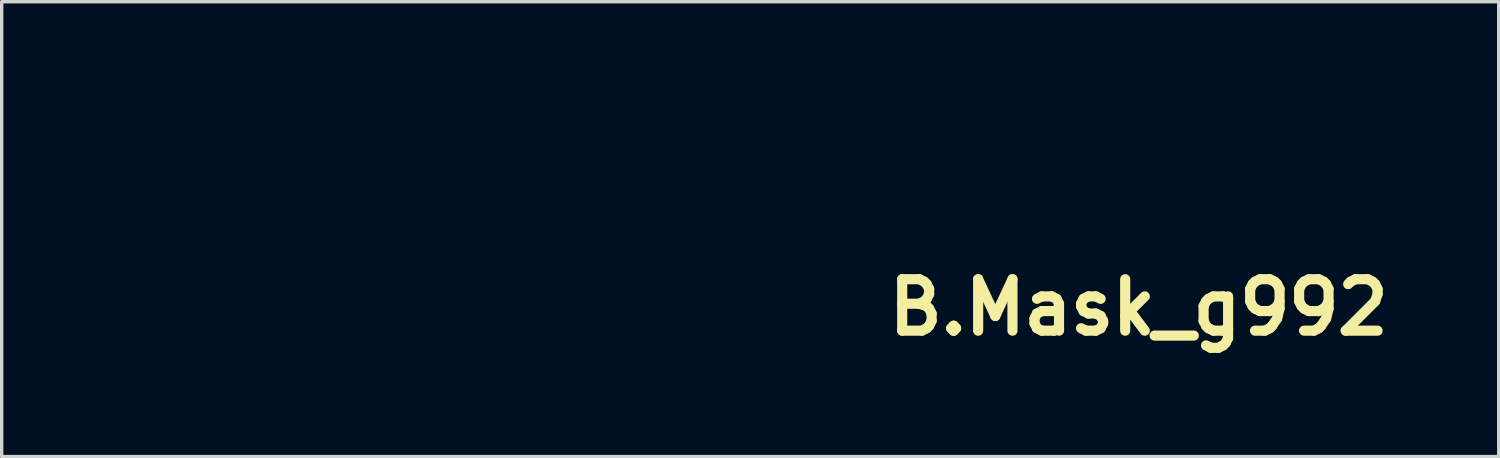
<source format=kicad_pcb>
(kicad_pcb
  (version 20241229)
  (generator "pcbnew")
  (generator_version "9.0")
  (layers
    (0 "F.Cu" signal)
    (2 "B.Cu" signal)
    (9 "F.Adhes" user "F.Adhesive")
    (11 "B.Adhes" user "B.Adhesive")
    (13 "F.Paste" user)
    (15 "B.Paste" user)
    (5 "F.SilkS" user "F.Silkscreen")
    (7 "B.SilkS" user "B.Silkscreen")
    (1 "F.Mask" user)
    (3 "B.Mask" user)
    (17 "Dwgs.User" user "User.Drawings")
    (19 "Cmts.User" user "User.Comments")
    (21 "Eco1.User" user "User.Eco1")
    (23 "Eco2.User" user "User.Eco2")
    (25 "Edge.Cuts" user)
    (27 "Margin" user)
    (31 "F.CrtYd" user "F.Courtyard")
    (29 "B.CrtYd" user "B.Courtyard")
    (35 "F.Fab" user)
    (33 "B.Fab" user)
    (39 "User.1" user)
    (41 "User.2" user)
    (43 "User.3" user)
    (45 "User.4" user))
  (footprint "B.Mask_g992"
    (layer "F.Cu")
    (at 30.673 6.054)
    (property "Reference" "B.Mask_g992" (at 0 0 0) (layer "F.SilkS") (effects (font (size 1.524 1.524) (thickness 0.3))))
    (attr through_hole)
    (fp_poly (pts (xy -27.556 -4.886) (xy -27.523 -4.851) (xy -27.522 -4.804) (xy -27.529 -4.789) (xy -27.565 -4.759) (xy -27.614 -4.745) (xy -27.657 -4.751) (xy -27.677 -4.77) (xy -27.684 -4.816) (xy -27.682 -4.851) (xy -27.667 -4.888) (xy -27.628 -4.9) (xy -27.614 -4.9) (xy -27.556 -4.886)) (stroke (width 0.01) (type solid)) (fill yes) (layer "B.Mask"))
    (fp_poly (pts (xy -27.579 -4.674) (xy -27.547 -4.654) (xy -27.528 -4.608) (xy -27.518 -4.531) (xy -27.517 -4.444) (xy -27.518 -4.356) (xy -27.522 -4.282) (xy -27.527 -4.234) (xy -27.53 -4.224) (xy -27.557 -4.201) (xy -27.605 -4.191) (xy -27.651 -4.198) (xy -27.677 -4.219) (xy -27.681 -4.251) (xy -27.683 -4.315) (xy -27.683 -4.4) (xy -27.682 -4.457) (xy -27.678 -4.553) (xy -27.674 -4.615) (xy -27.666 -4.65) (xy -27.653 -4.667) (xy -27.632 -4.673) (xy -27.627 -4.674) (xy -27.579 -4.674)) (stroke (width 0.01) (type solid)) (fill yes) (layer "B.Mask"))
    (fp_poly (pts (xy -26.505 -4.8) (xy -26.503 -4.766) (xy -26.514 -4.749) (xy -26.547 -4.742) (xy -26.613 -4.741) (xy -26.733 -4.741) (xy -26.733 -4.5) (xy -26.735 -4.4) (xy -26.738 -4.314) (xy -26.742 -4.252) (xy -26.746 -4.224) (xy -26.774 -4.202) (xy -26.822 -4.191) (xy -26.87 -4.195) (xy -26.889 -4.205) (xy -26.894 -4.231) (xy -26.899 -4.29) (xy -26.902 -4.374) (xy -26.903 -4.474) (xy -26.903 -4.479) (xy -26.903 -4.739) (xy -27.025 -4.746) (xy -27.093 -4.751) (xy -27.13 -4.76) (xy -27.144 -4.778) (xy -27.146 -4.805) (xy -27.146 -4.858) (xy -26.511 -4.858) (xy -26.505 -4.8)) (stroke (width 0.01) (type solid)) (fill yes) (layer "B.Mask"))
    (fp_poly (pts (xy -28.365 -4.673) (xy -28.315 -4.66) (xy -28.292 -4.632) (xy -28.296 -4.585) (xy -28.327 -4.513) (xy -28.371 -4.437) (xy -28.415 -4.361) (xy -28.448 -4.298) (xy -28.467 -4.257) (xy -28.469 -4.248) (xy -28.46 -4.215) (xy -28.439 -4.16) (xy -28.426 -4.13) (xy -28.401 -4.055) (xy -28.408 -4.006) (xy -28.448 -3.982) (xy -28.483 -3.979) (xy -28.521 -3.989) (xy -28.551 -4.024) (xy -28.573 -4.069) (xy -28.598 -4.126) (xy -28.635 -4.209) (xy -28.678 -4.306) (xy -28.712 -4.381) (xy -28.759 -4.491) (xy -28.786 -4.568) (xy -28.793 -4.62) (xy -28.78 -4.652) (xy -28.747 -4.669) (xy -28.719 -4.674) (xy -28.687 -4.673) (xy -28.662 -4.654) (xy -28.638 -4.61) (xy -28.618 -4.563) (xy -28.59 -4.503) (xy -28.566 -4.465) (xy -28.552 -4.457) (xy -28.533 -4.48) (xy -28.501 -4.529) (xy -28.475 -4.573) (xy -28.437 -4.635) (xy -28.406 -4.666) (xy -28.374 -4.674) (xy -28.365 -4.673)) (stroke (width 0.01) (type solid)) (fill yes) (layer "B.Mask"))
    (fp_poly (pts (xy -27.998 -4.674) (xy -27.966 -4.653) (xy -27.937 -4.64) (xy -27.91 -4.655) (xy -27.865 -4.673) (xy -27.83 -4.674) (xy -27.809 -4.669) (xy -27.795 -4.657) (xy -27.787 -4.63) (xy -27.783 -4.58) (xy -27.781 -4.5) (xy -27.781 -4.434) (xy -27.781 -4.202) (xy -27.845 -4.202) (xy -27.88 -4.204) (xy -27.9 -4.216) (xy -27.91 -4.248) (xy -27.917 -4.311) (xy -27.919 -4.333) (xy -27.931 -4.424) (xy -27.951 -4.479) (xy -27.982 -4.504) (xy -28.028 -4.505) (xy -28.054 -4.498) (xy -28.07 -4.479) (xy -28.08 -4.438) (xy -28.087 -4.367) (xy -28.088 -4.35) (xy -28.094 -4.272) (xy -28.103 -4.228) (xy -28.117 -4.206) (xy -28.143 -4.198) (xy -28.163 -4.195) (xy -28.213 -4.195) (xy -28.242 -4.204) (xy -28.253 -4.237) (xy -28.257 -4.298) (xy -28.255 -4.374) (xy -28.248 -4.451) (xy -28.235 -4.516) (xy -28.228 -4.538) (xy -28.185 -4.606) (xy -28.125 -4.655) (xy -28.059 -4.679) (xy -27.998 -4.674)) (stroke (width 0.01) (type solid)) (fill yes) (layer "B.Mask"))
    (fp_poly (pts (xy -27.21 -4.832) (xy -27.19 -4.81) (xy -27.182 -4.759) (xy -27.169 -4.7) (xy -27.14 -4.673) (xy -27.135 -4.671) (xy -27.103 -4.645) (xy -27.091 -4.599) (xy -27.099 -4.55) (xy -27.127 -4.518) (xy -27.136 -4.515) (xy -27.161 -4.501) (xy -27.174 -4.471) (xy -27.178 -4.413) (xy -27.178 -4.391) (xy -27.181 -4.321) (xy -27.195 -4.276) (xy -27.224 -4.243) (xy -27.234 -4.235) (xy -27.298 -4.202) (xy -27.36 -4.191) (xy -27.412 -4.197) (xy -27.437 -4.222) (xy -27.445 -4.245) (xy -27.447 -4.3) (xy -27.417 -4.332) (xy -27.379 -4.343) (xy -27.348 -4.36) (xy -27.333 -4.405) (xy -27.33 -4.429) (xy -27.329 -4.481) (xy -27.341 -4.504) (xy -27.373 -4.509) (xy -27.437 -4.521) (xy -27.468 -4.558) (xy -27.471 -4.606) (xy -27.459 -4.65) (xy -27.427 -4.669) (xy -27.396 -4.674) (xy -27.351 -4.683) (xy -27.33 -4.707) (xy -27.322 -4.758) (xy -27.314 -4.81) (xy -27.295 -4.832) (xy -27.253 -4.837) (xy -27.252 -4.837) (xy -27.21 -4.832)) (stroke (width 0.01) (type solid)) (fill yes) (layer "B.Mask"))
    (fp_poly (pts (xy -29.488 -4.858) (xy -29.45 -4.834) (xy -29.428 -4.787) (xy -29.416 -4.71) (xy -29.408 -4.635) (xy -29.403 -4.544) (xy -29.41 -4.487) (xy -29.436 -4.458) (xy -29.486 -4.451) (xy -29.551 -4.457) (xy -29.614 -4.462) (xy -29.647 -4.454) (xy -29.663 -4.432) (xy -29.661 -4.386) (xy -29.646 -4.363) (xy -29.62 -4.345) (xy -29.586 -4.344) (xy -29.53 -4.36) (xy -29.526 -4.361) (xy -29.469 -4.377) (xy -29.438 -4.377) (xy -29.415 -4.359) (xy -29.408 -4.35) (xy -29.387 -4.308) (xy -29.396 -4.273) (xy -29.44 -4.232) (xy -29.445 -4.229) (xy -29.514 -4.195) (xy -29.596 -4.178) (xy -29.67 -4.183) (xy -29.686 -4.189) (xy -29.76 -4.242) (xy -29.809 -4.321) (xy -29.828 -4.415) (xy -29.82 -4.483) (xy -29.783 -4.548) (xy -29.72 -4.602) (xy -29.646 -4.632) (xy -29.617 -4.635) (xy -29.579 -4.648) (xy -29.57 -4.667) (xy -29.581 -4.687) (xy -29.621 -4.697) (xy -29.673 -4.699) (xy -29.758 -4.708) (xy -29.806 -4.737) (xy -29.822 -4.787) (xy -29.82 -4.809) (xy -29.814 -4.833) (xy -29.797 -4.848) (xy -29.762 -4.857) (xy -29.699 -4.862) (xy -29.64 -4.864) (xy -29.549 -4.865) (xy -29.488 -4.858)) (stroke (width 0.01) (type solid)) (fill yes) (layer "B.Mask"))
    (fp_poly (pts (xy -26.271 -4.862) (xy -26.255 -4.852) (xy -26.237 -4.827) (xy -26.206 -4.772) (xy -26.166 -4.694) (xy -26.121 -4.604) (xy -26.076 -4.509) (xy -26.035 -4.418) (xy -26.001 -4.339) (xy -25.978 -4.281) (xy -25.971 -4.255) (xy -25.989 -4.22) (xy -26.024 -4.195) (xy -26.059 -4.183) (xy -26.084 -4.192) (xy -26.113 -4.228) (xy -26.131 -4.255) (xy -26.162 -4.302) (xy -26.192 -4.327) (xy -26.232 -4.337) (xy -26.3 -4.339) (xy -26.308 -4.339) (xy -26.378 -4.338) (xy -26.419 -4.33) (xy -26.441 -4.31) (xy -26.458 -4.276) (xy -26.493 -4.212) (xy -26.531 -4.186) (xy -26.578 -4.192) (xy -26.62 -4.215) (xy -26.637 -4.231) (xy -26.633 -4.257) (xy -26.613 -4.314) (xy -26.579 -4.394) (xy -26.535 -4.492) (xy -26.533 -4.497) (xy -26.347 -4.497) (xy -26.344 -4.473) (xy -26.31 -4.466) (xy -26.3 -4.466) (xy -26.26 -4.469) (xy -26.247 -4.476) (xy -26.255 -4.5) (xy -26.272 -4.54) (xy -26.297 -4.595) (xy -26.324 -4.547) (xy -26.347 -4.497) (xy -26.533 -4.497) (xy -26.503 -4.561) (xy -26.443 -4.684) (xy -26.396 -4.772) (xy -26.359 -4.829) (xy -26.329 -4.861) (xy -26.3 -4.87) (xy -26.271 -4.862)) (stroke (width 0.01) (type solid)) (fill yes) (layer "B.Mask"))
    (fp_poly (pts (xy -29.023 -4.874) (xy -28.976 -4.851) (xy -28.933 -4.81) (xy -28.883 -4.73) (xy -28.874 -4.649) (xy -28.892 -4.593) (xy -28.901 -4.549) (xy -28.878 -4.493) (xy -28.878 -4.491) (xy -28.854 -4.435) (xy -28.856 -4.375) (xy -28.862 -4.349) (xy -28.902 -4.268) (xy -28.97 -4.21) (xy -29.056 -4.18) (xy -29.15 -4.182) (xy -29.202 -4.199) (xy -29.277 -4.252) (xy -29.324 -4.324) (xy -29.338 -4.405) (xy -29.334 -4.417) (xy -29.166 -4.417) (xy -29.159 -4.369) (xy -29.129 -4.345) (xy -29.088 -4.343) (xy -29.045 -4.356) (xy -29.03 -4.391) (xy -29.03 -4.403) (xy -29.039 -4.443) (xy -29.075 -4.46) (xy -29.088 -4.462) (xy -29.142 -4.453) (xy -29.166 -4.417) (xy -29.334 -4.417) (xy -29.316 -4.484) (xy -29.304 -4.503) (xy -29.283 -4.551) (xy -29.294 -4.591) (xy -29.316 -4.672) (xy -29.315 -4.68) (xy -29.146 -4.68) (xy -29.134 -4.641) (xy -29.12 -4.63) (xy -29.072 -4.629) (xy -29.044 -4.66) (xy -29.041 -4.68) (xy -29.054 -4.712) (xy -29.094 -4.72) (xy -29.135 -4.71) (xy -29.146 -4.68) (xy -29.315 -4.68) (xy -29.302 -4.749) (xy -29.257 -4.814) (xy -29.187 -4.86) (xy -29.097 -4.879) (xy -29.09 -4.879) (xy -29.023 -4.874)) (stroke (width 0.01) (type solid)) (fill yes) (layer "B.Mask"))
    (fp_poly (pts (xy -26.217 -6.043) (xy -25.992 -6.004) (xy -25.792 -5.931) (xy -25.617 -5.824) (xy -25.501 -5.719) (xy -25.383 -5.575) (xy -25.298 -5.421) (xy -25.243 -5.252) (xy -25.216 -5.06) (xy -25.216 -4.858) (xy -25.249 -4.596) (xy -25.323 -4.334) (xy -25.436 -4.075) (xy -25.589 -3.821) (xy -25.779 -3.573) (xy -26.006 -3.334) (xy -26.268 -3.105) (xy -26.318 -3.066) (xy -26.49 -2.94) (xy -26.671 -2.819) (xy -26.85 -2.712) (xy -27.014 -2.626) (xy -27.047 -2.611) (xy -27.129 -2.573) (xy -27.18 -2.552) (xy -27.207 -2.543) (xy -27.218 -2.545) (xy -27.22 -2.557) (xy -27.22 -2.558) (xy -27.204 -2.576) (xy -27.159 -2.614) (xy -27.091 -2.669) (xy -27.004 -2.736) (xy -26.904 -2.811) (xy -26.903 -2.812) (xy -26.602 -3.053) (xy -26.342 -3.295) (xy -26.123 -3.538) (xy -25.946 -3.781) (xy -25.81 -4.026) (xy -25.717 -4.27) (xy -25.665 -4.515) (xy -25.662 -4.544) (xy -25.663 -4.73) (xy -25.703 -4.913) (xy -25.776 -5.086) (xy -25.879 -5.246) (xy -26.008 -5.389) (xy -26.159 -5.509) (xy -26.327 -5.603) (xy -26.508 -5.666) (xy -26.698 -5.693) (xy -26.737 -5.694) (xy -26.877 -5.686) (xy -27.012 -5.658) (xy -27.156 -5.609) (xy -27.279 -5.554) (xy -27.364 -5.511) (xy -27.436 -5.468) (xy -27.505 -5.419) (xy -27.58 -5.355) (xy -27.671 -5.271) (xy -27.708 -5.235) (xy -27.788 -5.16) (xy -27.856 -5.098) (xy -27.907 -5.055) (xy -27.935 -5.035) (xy -27.94 -5.036) (xy -27.927 -5.074) (xy -27.891 -5.136) (xy -27.837 -5.214) (xy -27.771 -5.303) (xy -27.699 -5.393) (xy -27.626 -5.478) (xy -27.561 -5.546) (xy -27.352 -5.728) (xy -27.133 -5.868) (xy -26.902 -5.969) (xy -26.658 -6.029) (xy -26.467 -6.049) (xy -26.217 -6.043)) (stroke (width 0.01) (type solid)) (fill yes) (layer "B.Mask"))
    (fp_poly (pts (xy -29.301 -5.943) (xy -29.082 -5.892) (xy -28.864 -5.805) (xy -28.73 -5.733) (xy -28.619 -5.655) (xy -28.496 -5.552) (xy -28.373 -5.433) (xy -28.261 -5.31) (xy -28.176 -5.199) (xy -28.118 -5.111) (xy -28.065 -5.021) (xy -28.02 -4.939) (xy -27.988 -4.87) (xy -27.972 -4.823) (xy -27.973 -4.807) (xy -27.99 -4.818) (xy -28.031 -4.855) (xy -28.089 -4.912) (xy -28.16 -4.985) (xy -28.188 -5.014) (xy -28.36 -5.186) (xy -28.524 -5.322) (xy -28.686 -5.427) (xy -28.836 -5.5) (xy -29.053 -5.573) (xy -29.26 -5.604) (xy -29.456 -5.595) (xy -29.641 -5.545) (xy -29.712 -5.514) (xy -29.837 -5.439) (xy -29.938 -5.349) (xy -30.024 -5.233) (xy -30.084 -5.122) (xy -30.117 -5.052) (xy -30.137 -4.994) (xy -30.147 -4.932) (xy -30.151 -4.852) (xy -30.152 -4.784) (xy -30.147 -4.661) (xy -30.13 -4.559) (xy -30.095 -4.468) (xy -30.038 -4.377) (xy -29.956 -4.277) (xy -29.893 -4.21) (xy -29.805 -4.123) (xy -29.709 -4.038) (xy -29.601 -3.952) (xy -29.477 -3.863) (xy -29.334 -3.769) (xy -29.167 -3.667) (xy -28.974 -3.554) (xy -28.75 -3.429) (xy -28.492 -3.289) (xy -28.437 -3.26) (xy -28.197 -3.129) (xy -27.99 -3.014) (xy -27.813 -2.91) (xy -27.66 -2.814) (xy -27.528 -2.723) (xy -27.412 -2.635) (xy -27.306 -2.545) (xy -27.207 -2.452) (xy -27.122 -2.364) (xy -26.991 -2.202) (xy -26.896 -2.04) (xy -26.839 -1.88) (xy -26.82 -1.725) (xy -26.84 -1.577) (xy -26.899 -1.44) (xy -26.959 -1.357) (xy -27.046 -1.277) (xy -27.154 -1.21) (xy -27.27 -1.163) (xy -27.377 -1.143) (xy -27.388 -1.143) (xy -27.442 -1.145) (xy -27.471 -1.149) (xy -27.473 -1.151) (xy -27.45 -1.163) (xy -27.399 -1.186) (xy -27.33 -1.214) (xy -27.327 -1.215) (xy -27.193 -1.282) (xy -27.097 -1.359) (xy -27.036 -1.452) (xy -27.007 -1.566) (xy -27.002 -1.651) (xy -27.022 -1.82) (xy -27.079 -1.981) (xy -27.174 -2.135) (xy -27.308 -2.283) (xy -27.481 -2.426) (xy -27.696 -2.565) (xy -27.87 -2.661) (xy -27.973 -2.712) (xy -28.105 -2.776) (xy -28.257 -2.848) (xy -28.419 -2.924) (xy -28.583 -2.999) (xy -28.691 -3.048) (xy -29.023 -3.199) (xy -29.317 -3.339) (xy -29.575 -3.47) (xy -29.799 -3.594) (xy -29.992 -3.712) (xy -30.156 -3.825) (xy -30.292 -3.936) (xy -30.404 -4.046) (xy -30.493 -4.158) (xy -30.562 -4.271) (xy -30.613 -4.389) (xy -30.648 -4.513) (xy -30.651 -4.525) (xy -30.666 -4.647) (xy -30.668 -4.793) (xy -30.658 -4.946) (xy -30.638 -5.091) (xy -30.609 -5.207) (xy -30.523 -5.401) (xy -30.408 -5.568) (xy -30.266 -5.706) (xy -30.102 -5.816) (xy -29.92 -5.896) (xy -29.723 -5.944) (xy -29.516 -5.96) (xy -29.301 -5.943)) (stroke (width 0.01) (type solid)) (fill yes) (layer "B.Mask")))
  (gr_rect
    (start -3 -3)
    (end 41.336 10.472)
    (stroke (width 0.1) (type default))
    (fill no)
    (layer "Edge.Cuts")))
</source>
